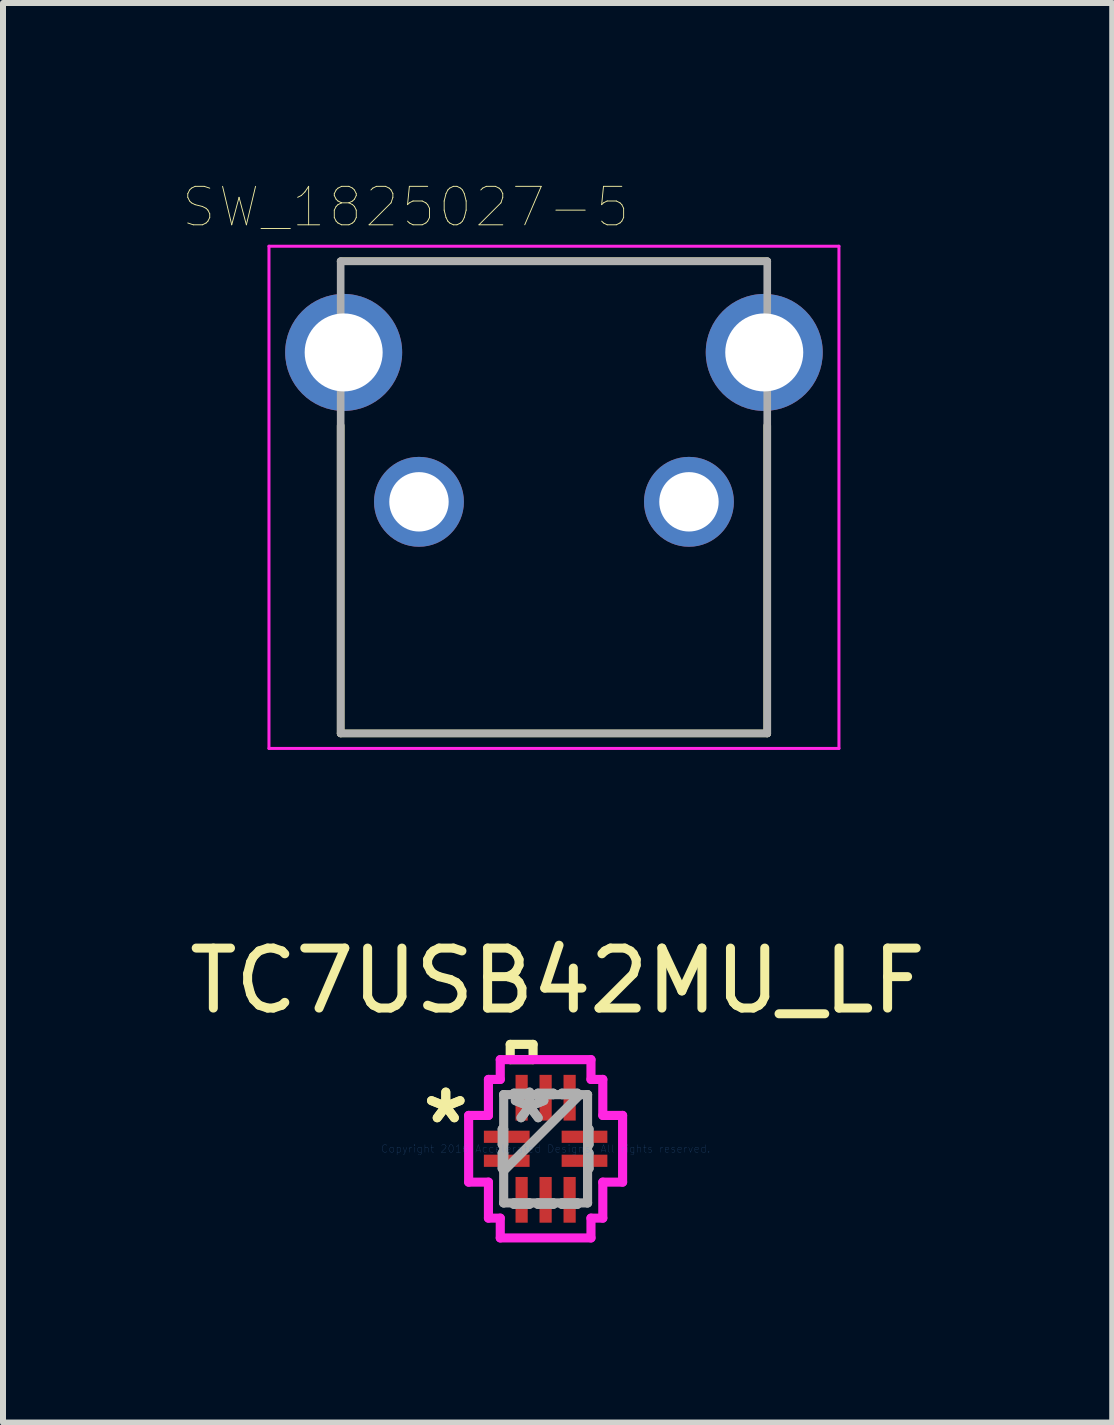
<source format=kicad_pcb>
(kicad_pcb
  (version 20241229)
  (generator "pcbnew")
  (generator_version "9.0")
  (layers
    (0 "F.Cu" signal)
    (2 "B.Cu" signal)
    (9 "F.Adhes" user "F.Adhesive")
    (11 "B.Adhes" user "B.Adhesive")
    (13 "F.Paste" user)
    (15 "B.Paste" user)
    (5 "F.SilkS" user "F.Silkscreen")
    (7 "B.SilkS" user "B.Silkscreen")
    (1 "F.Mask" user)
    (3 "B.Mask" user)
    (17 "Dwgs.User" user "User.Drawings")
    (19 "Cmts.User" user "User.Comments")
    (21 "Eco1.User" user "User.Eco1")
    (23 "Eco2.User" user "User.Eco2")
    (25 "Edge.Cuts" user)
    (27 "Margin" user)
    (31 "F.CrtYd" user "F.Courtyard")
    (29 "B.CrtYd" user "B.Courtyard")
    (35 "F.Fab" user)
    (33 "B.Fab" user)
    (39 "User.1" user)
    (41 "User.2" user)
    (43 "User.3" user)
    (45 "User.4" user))
  (footprint "SW_1825027-5"
    (layer "F.Cu")
    (at 6.183 5.314)
    (property "Reference" "SW_1825027-5" (at -2.471 -4.913 0) (layer "F.SilkS") (effects (font (size 0.641 0.641) (thickness 0.015))))
    (attr through_hole)
    (fp_line (start -3.555 -4.01) (end 3.555 -4.01) (stroke (width 0.127) (type solid)) (layer "F.SilkS"))
    (fp_line (start -3.555 -1.27) (end -3.555 3.86) (stroke (width 0.127) (type solid)) (layer "F.SilkS"))
    (fp_line (start -3.555 3.86) (end 3.555 3.86) (stroke (width 0.127) (type solid)) (layer "F.SilkS"))
    (fp_line (start 3.555 3.86) (end 3.555 -1.27) (stroke (width 0.127) (type solid)) (layer "F.SilkS"))
    (fp_line (start -4.75 -4.26) (end -4.75 4.11) (stroke (width 0.05) (type solid)) (layer "F.CrtYd"))
    (fp_line (start -4.75 4.11) (end 4.75 4.11) (stroke (width 0.05) (type solid)) (layer "F.CrtYd"))
    (fp_line (start 4.75 -4.26) (end -4.75 -4.26) (stroke (width 0.05) (type solid)) (layer "F.CrtYd"))
    (fp_line (start 4.75 4.11) (end 4.75 -4.26) (stroke (width 0.05) (type solid)) (layer "F.CrtYd"))
    (fp_line (start -3.555 -4.01) (end -3.555 3.86) (stroke (width 0.127) (type solid)) (layer "F.Fab"))
    (fp_line (start -3.555 3.86) (end 3.555 3.86) (stroke (width 0.127) (type solid)) (layer "F.Fab"))
    (fp_line (start 3.555 -4.01) (end -3.555 -4.01) (stroke (width 0.127) (type solid)) (layer "F.Fab"))
    (fp_line (start 3.555 3.86) (end 3.555 -4.01) (stroke (width 0.127) (type solid)) (layer "F.Fab"))
    (pad "1" thru_hole circle (at -2.25 0) (size 1.498 1.498) (drill 0.99) (layers "*.Cu" "*.Mask"))
    (pad "2" thru_hole circle (at 2.25 0) (size 1.498 1.498) (drill 0.99) (layers "*.Cu" "*.Mask"))
    (pad "S1" thru_hole circle (at -3.505 -2.49) (size 1.95 1.95) (drill 1.3) (layers "*.Cu" "*.Mask"))
    (pad "S2" thru_hole circle (at 3.505 -2.49) (size 1.95 1.95) (drill 1.3) (layers "*.Cu" "*.Mask")))
  (footprint "TC7USB42MU_LF"
    (layer "F.Cu")
    (at 6.044 16.097)
    (property "Reference" "TC7USB42MU_LF" (at 0.2 -2.8 0) (layer "F.SilkS") (effects (font (size 1 1) (thickness 0.15))))
    (attr through_hole)
    (fp_line (start -0.59 -1.74) (end -0.209 -1.74) (stroke (width 0.152) (type solid)) (layer "F.SilkS"))
    (fp_line (start -0.59 -1.486) (end -0.59 -1.74) (stroke (width 0.152) (type solid)) (layer "F.SilkS"))
    (fp_line (start -0.209 -1.74) (end -0.209 -1.486) (stroke (width 0.152) (type solid)) (layer "F.SilkS"))
    (fp_line (start -0.209 -1.486) (end -0.59 -1.486) (stroke (width 0.152) (type solid)) (layer "F.SilkS"))
    (fp_line (start -1.283 -0.556) (end -0.953 -0.556) (stroke (width 0.152) (type solid)) (layer "F.CrtYd"))
    (fp_line (start -1.283 0.556) (end -1.283 -0.556) (stroke (width 0.152) (type solid)) (layer "F.CrtYd"))
    (fp_line (start -0.953 -1.156) (end -0.756 -1.156) (stroke (width 0.152) (type solid)) (layer "F.CrtYd"))
    (fp_line (start -0.953 -0.556) (end -0.953 -1.156) (stroke (width 0.152) (type solid)) (layer "F.CrtYd"))
    (fp_line (start -0.953 0.556) (end -1.283 0.556) (stroke (width 0.152) (type solid)) (layer "F.CrtYd"))
    (fp_line (start -0.953 1.156) (end -0.953 0.556) (stroke (width 0.152) (type solid)) (layer "F.CrtYd"))
    (fp_line (start -0.756 -1.486) (end 0.756 -1.486) (stroke (width 0.152) (type solid)) (layer "F.CrtYd"))
    (fp_line (start -0.756 -1.156) (end -0.756 -1.486) (stroke (width 0.152) (type solid)) (layer "F.CrtYd"))
    (fp_line (start -0.756 1.156) (end -0.953 1.156) (stroke (width 0.152) (type solid)) (layer "F.CrtYd"))
    (fp_line (start -0.756 1.486) (end -0.756 1.156) (stroke (width 0.152) (type solid)) (layer "F.CrtYd"))
    (fp_line (start 0.756 -1.486) (end 0.756 -1.156) (stroke (width 0.152) (type solid)) (layer "F.CrtYd"))
    (fp_line (start 0.756 -1.156) (end 0.953 -1.156) (stroke (width 0.152) (type solid)) (layer "F.CrtYd"))
    (fp_line (start 0.756 1.156) (end 0.756 1.486) (stroke (width 0.152) (type solid)) (layer "F.CrtYd"))
    (fp_line (start 0.756 1.486) (end -0.756 1.486) (stroke (width 0.152) (type solid)) (layer "F.CrtYd"))
    (fp_line (start 0.953 -1.156) (end 0.953 -0.556) (stroke (width 0.152) (type solid)) (layer "F.CrtYd"))
    (fp_line (start 0.953 -0.556) (end 1.283 -0.556) (stroke (width 0.152) (type solid)) (layer "F.CrtYd"))
    (fp_line (start 0.953 0.556) (end 0.953 1.156) (stroke (width 0.152) (type solid)) (layer "F.CrtYd"))
    (fp_line (start 0.953 1.156) (end 0.756 1.156) (stroke (width 0.152) (type solid)) (layer "F.CrtYd"))
    (fp_line (start 1.283 -0.556) (end 1.283 0.556) (stroke (width 0.152) (type solid)) (layer "F.CrtYd"))
    (fp_line (start 1.283 0.556) (end 0.953 0.556) (stroke (width 0.152) (type solid)) (layer "F.CrtYd"))
    (fp_line (start -0.724 -0.327) (end -0.724 -0.073) (stroke (width 0.152) (type solid)) (layer "F.Fab"))
    (fp_line (start -0.724 -0.073) (end -0.699 -0.073) (stroke (width 0.152) (type solid)) (layer "F.Fab"))
    (fp_line (start -0.724 0.073) (end -0.724 0.327) (stroke (width 0.152) (type solid)) (layer "F.Fab"))
    (fp_line (start -0.724 0.327) (end -0.699 0.327) (stroke (width 0.152) (type solid)) (layer "F.Fab"))
    (fp_line (start -0.699 -0.902) (end -0.699 -0.902) (stroke (width 0.152) (type solid)) (layer "F.Fab"))
    (fp_line (start -0.699 -0.902) (end -0.699 0.902) (stroke (width 0.152) (type solid)) (layer "F.Fab"))
    (fp_line (start -0.699 -0.327) (end -0.724 -0.327) (stroke (width 0.152) (type solid)) (layer "F.Fab"))
    (fp_line (start -0.699 -0.073) (end -0.699 -0.327) (stroke (width 0.152) (type solid)) (layer "F.Fab"))
    (fp_line (start -0.699 0.073) (end -0.724 0.073) (stroke (width 0.152) (type solid)) (layer "F.Fab"))
    (fp_line (start -0.699 0.327) (end -0.699 0.073) (stroke (width 0.152) (type solid)) (layer "F.Fab"))
    (fp_line (start -0.699 0.368) (end 0.572 -0.902) (stroke (width 0.152) (type solid)) (layer "F.Fab"))
    (fp_line (start -0.699 0.902) (end -0.699 0.902) (stroke (width 0.152) (type solid)) (layer "F.Fab"))
    (fp_line (start -0.699 0.902) (end 0.699 0.902) (stroke (width 0.152) (type solid)) (layer "F.Fab"))
    (fp_line (start -0.527 -0.927) (end -0.527 -0.902) (stroke (width 0.152) (type solid)) (layer "F.Fab"))
    (fp_line (start -0.527 -0.902) (end -0.273 -0.902) (stroke (width 0.152) (type solid)) (layer "F.Fab"))
    (fp_line (start -0.527 0.902) (end -0.527 0.927) (stroke (width 0.152) (type solid)) (layer "F.Fab"))
    (fp_line (start -0.527 0.927) (end -0.273 0.927) (stroke (width 0.152) (type solid)) (layer "F.Fab"))
    (fp_line (start -0.273 -0.927) (end -0.527 -0.927) (stroke (width 0.152) (type solid)) (layer "F.Fab"))
    (fp_line (start -0.273 -0.902) (end -0.273 -0.927) (stroke (width 0.152) (type solid)) (layer "F.Fab"))
    (fp_line (start -0.273 0.902) (end -0.527 0.902) (stroke (width 0.152) (type solid)) (layer "F.Fab"))
    (fp_line (start -0.273 0.927) (end -0.273 0.902) (stroke (width 0.152) (type solid)) (layer "F.Fab"))
    (fp_line (start -0.127 -0.927) (end -0.127 -0.902) (stroke (width 0.152) (type solid)) (layer "F.Fab"))
    (fp_line (start -0.127 -0.902) (end 0.127 -0.902) (stroke (width 0.152) (type solid)) (layer "F.Fab"))
    (fp_line (start -0.127 0.902) (end -0.127 0.927) (stroke (width 0.152) (type solid)) (layer "F.Fab"))
    (fp_line (start -0.127 0.927) (end 0.127 0.927) (stroke (width 0.152) (type solid)) (layer "F.Fab"))
    (fp_line (start 0.127 -0.927) (end -0.127 -0.927) (stroke (width 0.152) (type solid)) (layer "F.Fab"))
    (fp_line (start 0.127 -0.902) (end 0.127 -0.927) (stroke (width 0.152) (type solid)) (layer "F.Fab"))
    (fp_line (start 0.127 0.902) (end -0.127 0.902) (stroke (width 0.152) (type solid)) (layer "F.Fab"))
    (fp_line (start 0.127 0.927) (end 0.127 0.902) (stroke (width 0.152) (type solid)) (layer "F.Fab"))
    (fp_line (start 0.273 -0.927) (end 0.273 -0.902) (stroke (width 0.152) (type solid)) (layer "F.Fab"))
    (fp_line (start 0.273 -0.902) (end 0.527 -0.902) (stroke (width 0.152) (type solid)) (layer "F.Fab"))
    (fp_line (start 0.273 0.902) (end 0.273 0.927) (stroke (width 0.152) (type solid)) (layer "F.Fab"))
    (fp_line (start 0.273 0.927) (end 0.527 0.927) (stroke (width 0.152) (type solid)) (layer "F.Fab"))
    (fp_line (start 0.527 -0.927) (end 0.273 -0.927) (stroke (width 0.152) (type solid)) (layer "F.Fab"))
    (fp_line (start 0.527 -0.902) (end 0.527 -0.927) (stroke (width 0.152) (type solid)) (layer "F.Fab"))
    (fp_line (start 0.527 0.902) (end 0.273 0.902) (stroke (width 0.152) (type solid)) (layer "F.Fab"))
    (fp_line (start 0.527 0.927) (end 0.527 0.902) (stroke (width 0.152) (type solid)) (layer "F.Fab"))
    (fp_line (start 0.699 -0.902) (end -0.699 -0.902) (stroke (width 0.152) (type solid)) (layer "F.Fab"))
    (fp_line (start 0.699 -0.902) (end 0.699 -0.902) (stroke (width 0.152) (type solid)) (layer "F.Fab"))
    (fp_line (start 0.699 -0.327) (end 0.699 -0.073) (stroke (width 0.152) (type solid)) (layer "F.Fab"))
    (fp_line (start 0.699 -0.073) (end 0.724 -0.073) (stroke (width 0.152) (type solid)) (layer "F.Fab"))
    (fp_line (start 0.699 0.073) (end 0.699 0.327) (stroke (width 0.152) (type solid)) (layer "F.Fab"))
    (fp_line (start 0.699 0.327) (end 0.724 0.327) (stroke (width 0.152) (type solid)) (layer "F.Fab"))
    (fp_line (start 0.699 0.902) (end 0.699 -0.902) (stroke (width 0.152) (type solid)) (layer "F.Fab"))
    (fp_line (start 0.699 0.902) (end 0.699 0.902) (stroke (width 0.152) (type solid)) (layer "F.Fab"))
    (fp_line (start 0.724 -0.327) (end 0.699 -0.327) (stroke (width 0.152) (type solid)) (layer "F.Fab"))
    (fp_line (start 0.724 -0.073) (end 0.724 -0.327) (stroke (width 0.152) (type solid)) (layer "F.Fab"))
    (fp_line (start 0.724 0.073) (end 0.699 0.073) (stroke (width 0.152) (type solid)) (layer "F.Fab"))
    (fp_line (start 0.724 0.327) (end 0.724 0.073) (stroke (width 0.152) (type solid)) (layer "F.Fab"))
    (fp_text user "*" (at -1.664 -0.4 0) (layer "F.SilkS") (effects (font (size 1 1) (thickness 0.15))))
    (fp_text user "*" (at -1.664 -0.4 0) (layer "F.SilkS") (effects (font (size 1 1) (thickness 0.15))))
    (fp_text user "Copyright 2016 Accelerated Designs. All rights reserved." (at 0 0 0) (layer "Cmts.User") (effects (font (size 0.127 0.127) (thickness 0.002))))
    (fp_text user "*" (at -0.267 -0.4 0) (layer "F.Fab") (effects (font (size 1 1) (thickness 0.15))))
    (fp_text user "*" (at -0.267 -0.4 0) (layer "F.Fab") (effects (font (size 1 1) (thickness 0.15))))
    (pad "1" smd rect (at -0.648 -0.2 90) (size 0.203 0.762) (layers "F.Cu" "F.Mask" "F.Paste"))
    (pad "2" smd rect (at -0.648 0.2 90) (size 0.203 0.762) (layers "F.Cu" "F.Mask" "F.Paste"))
    (pad "3" smd rect (at -0.4 0.851) (size 0.203 0.762) (layers "F.Cu" "F.Mask" "F.Paste"))
    (pad "4" smd rect (at 0 0.851) (size 0.203 0.762) (layers "F.Cu" "F.Mask" "F.Paste"))
    (pad "5" smd rect (at 0.4 0.851) (size 0.203 0.762) (layers "F.Cu" "F.Mask" "F.Paste"))
    (pad "6" smd rect (at 0.648 0.2 90) (size 0.203 0.762) (layers "F.Cu" "F.Mask" "F.Paste"))
    (pad "7" smd rect (at 0.648 -0.2 90) (size 0.203 0.762) (layers "F.Cu" "F.Mask" "F.Paste"))
    (pad "8" smd rect (at 0.4 -0.851) (size 0.203 0.762) (layers "F.Cu" "F.Mask" "F.Paste"))
    (pad "9" smd rect (at 0 -0.851) (size 0.203 0.762) (layers "F.Cu" "F.Mask" "F.Paste"))
    (pad "10" smd rect (at -0.4 -0.851) (size 0.203 0.762) (layers "F.Cu" "F.Mask" "F.Paste")))
  (gr_rect
    (start -3 -3)
    (end 15.488 20.66)
    (stroke (width 0.1) (type default))
    (fill no)
    (layer "Edge.Cuts")))
</source>
